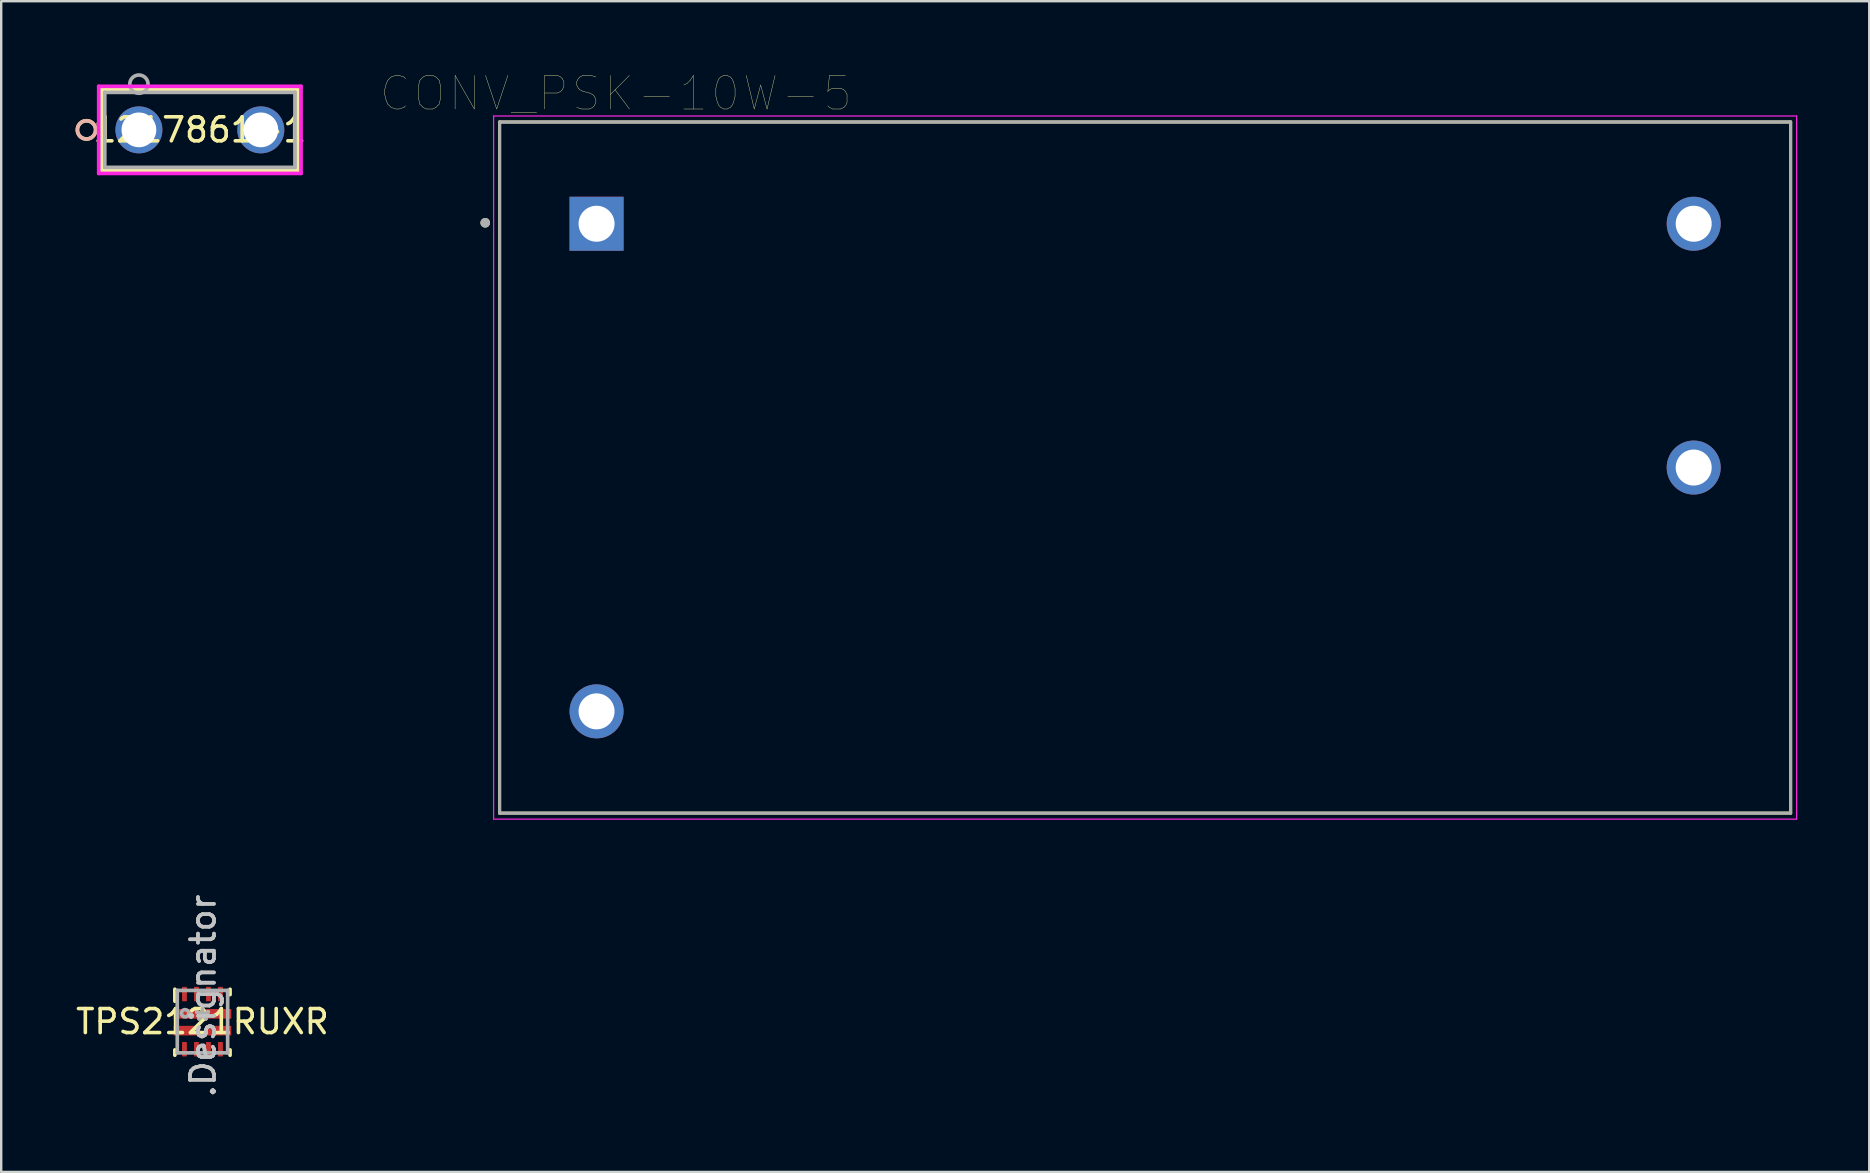
<source format=kicad_pcb>
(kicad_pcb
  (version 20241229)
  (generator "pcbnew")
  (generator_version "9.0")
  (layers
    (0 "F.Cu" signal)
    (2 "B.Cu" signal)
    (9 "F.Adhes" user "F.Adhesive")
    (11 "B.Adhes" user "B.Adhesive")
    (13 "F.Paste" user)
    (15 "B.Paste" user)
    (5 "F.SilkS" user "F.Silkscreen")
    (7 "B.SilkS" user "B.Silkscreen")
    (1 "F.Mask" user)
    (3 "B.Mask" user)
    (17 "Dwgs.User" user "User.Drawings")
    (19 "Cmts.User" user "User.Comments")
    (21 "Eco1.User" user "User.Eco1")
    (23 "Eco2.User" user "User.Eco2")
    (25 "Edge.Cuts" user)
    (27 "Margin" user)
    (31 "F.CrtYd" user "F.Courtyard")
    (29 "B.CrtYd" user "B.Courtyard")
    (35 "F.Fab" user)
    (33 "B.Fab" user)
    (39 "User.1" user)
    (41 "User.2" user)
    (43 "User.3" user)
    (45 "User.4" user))
  (footprint "1217861-1"
    (layer "F.Cu")
    (at 2.739 2.362)
    (property "Reference" "1217861-1" (at 2.54 0 0) (layer "F.SilkS") (effects (font (size 1 1) (thickness 0.15))))
    (attr through_hole)
    (fp_line (start -1.549 -1.689) (end -1.549 1.689) (stroke (width 0.152) (type solid)) (layer "F.SilkS"))
    (fp_line (start -1.549 1.689) (end 6.629 1.689) (stroke (width 0.152) (type solid)) (layer "F.SilkS"))
    (fp_line (start 6.629 -1.689) (end -1.549 -1.689) (stroke (width 0.152) (type solid)) (layer "F.SilkS"))
    (fp_line (start 6.629 1.689) (end 6.629 -1.689) (stroke (width 0.152) (type solid)) (layer "F.SilkS"))
    (fp_circle (center -2.184 0) (end -1.803 0) (stroke (width 0.152) (type solid)) (fill no) (layer "F.SilkS"))
    (fp_circle (center -2.184 0) (end -1.803 0) (stroke (width 0.152) (type solid)) (fill no) (layer "B.SilkS"))
    (fp_line (start -1.676 -1.816) (end -1.676 1.816) (stroke (width 0.152) (type solid)) (layer "F.CrtYd"))
    (fp_line (start -1.676 1.816) (end 6.756 1.816) (stroke (width 0.152) (type solid)) (layer "F.CrtYd"))
    (fp_line (start 6.756 -1.816) (end -1.676 -1.816) (stroke (width 0.152) (type solid)) (layer "F.CrtYd"))
    (fp_line (start 6.756 1.816) (end 6.756 -1.816) (stroke (width 0.152) (type solid)) (layer "F.CrtYd"))
    (fp_line (start -1.422 -1.562) (end -1.422 1.562) (stroke (width 0.152) (type solid)) (layer "F.Fab"))
    (fp_line (start -1.422 1.562) (end 6.502 1.562) (stroke (width 0.152) (type solid)) (layer "F.Fab"))
    (fp_line (start 6.502 -1.562) (end -1.422 -1.562) (stroke (width 0.152) (type solid)) (layer "F.Fab"))
    (fp_line (start 6.502 1.562) (end 6.502 -1.562) (stroke (width 0.152) (type solid)) (layer "F.Fab"))
    (fp_circle (center 0 -1.905) (end 0.381 -1.905) (stroke (width 0.152) (type solid)) (fill no) (layer "F.Fab"))
    (fp_text user "*" (at 0 0 0) (layer "F.SilkS") (effects (font (size 1 1) (thickness 0.15))))
    (fp_text user "Copyright 2016 Accelerated Designs. All rights reserved." (at 0 0 0) (layer "Cmts.User") (effects (font (size 0.127 0.127) (thickness 0.002))))
    (fp_text user "*" (at 0 0 0) (layer "F.Fab") (effects (font (size 1 1) (thickness 0.15))))
    (pad "1" thru_hole circle (at 0 0) (size 1.956 1.956) (drill 1.448) (layers "*.Cu" "*.Mask"))
    (pad "2" thru_hole circle (at 5.08 0) (size 1.956 1.956) (drill 1.448) (layers "*.Cu" "*.Mask")))
  (footprint "TPS2121RUXR"
    (layer "F.Cu")
    (at 5.387 39.524)
    (property "Reference" "TPS2121RUXR" (at 0 0 0) (layer "F.SilkS") (effects (font (size 1 1) (thickness 0.15))))
    (attr through_hole)
    (fp_line (start -1.15 -0.85) (end -1.15 -1.35) (stroke (width 0.152) (type solid)) (layer "F.SilkS"))
    (fp_line (start -1.15 1.4) (end -1.15 1.175) (stroke (width 0.152) (type solid)) (layer "F.SilkS"))
    (fp_line (start 1.15 -1.125) (end 1.15 -1.35) (stroke (width 0.152) (type solid)) (layer "F.SilkS"))
    (fp_line (start 1.15 1.4) (end 1.15 1.175) (stroke (width 0.152) (type solid)) (layer "F.SilkS"))
    (fp_line (start -1.05 -1.3) (end 1.05 -1.3) (stroke (width 0.152) (type solid)) (layer "F.Fab"))
    (fp_line (start -1.05 1.3) (end -1.05 -1.3) (stroke (width 0.152) (type solid)) (layer "F.Fab"))
    (fp_line (start -1.05 1.3) (end 1.05 1.3) (stroke (width 0.152) (type solid)) (layer "F.Fab"))
    (fp_line (start 1.05 1.3) (end 1.05 -1.3) (stroke (width 0.152) (type solid)) (layer "F.Fab"))
    (fp_circle (center -0.725 -0.35) (end -0.573 -0.35) (stroke (width 0.152) (type solid)) (fill no) (layer "F.Fab"))
    (fp_text user "*" (at 0 0 0) (layer "F.SilkS") (effects (font (size 1 1) (thickness 0.15))))
    (fp_text user ".Designator" (at 0.025 -1.075 270) (layer "Dwgs.User") (effects (font (size 1 1) (thickness 0.15))))
    (fp_text user "Copyright 2016 Accelerated Designs. All rights reserved." (at 0 0 0) (layer "Cmts.User") (effects (font (size 0.127 0.127) (thickness 0.002))))
    (fp_text user ".Designator" (at 0.025 -1.075 270) (layer "F.Fab") (effects (font (size 1 1) (thickness 0.15))))
    (fp_text user "*" (at 0 0 0) (layer "F.Fab") (effects (font (size 1 1) (thickness 0.15))))
    (pad "1" smd rect (at -0.675 -0.325) (size 1.05 0.4) (layers "F.Cu" "F.Mask" "F.Paste"))
    (pad "2" smd rect (at -0.675 0.375) (size 1.05 0.4) (layers "F.Cu" "F.Mask" "F.Paste"))
    (pad "3" smd rect (at -0.75 1.15 90) (size 0.6 0.2) (layers "F.Cu" "F.Mask" "F.Paste"))
    (pad "4" smd rect (at -0.25 1.15 90) (size 0.6 0.2) (layers "F.Cu" "F.Mask" "F.Paste"))
    (pad "5" smd rect (at 0.25 1.15 90) (size 0.6 0.2) (layers "F.Cu" "F.Mask" "F.Paste"))
    (pad "6" smd rect (at 0.75 1.15 90) (size 0.6 0.2) (layers "F.Cu" "F.Mask" "F.Paste"))
    (pad "7" smd rect (at 0.675 0.375) (size 1.05 0.4) (layers "F.Cu" "F.Mask" "F.Paste"))
    (pad "8" smd rect (at 0.675 -0.325) (size 1.05 0.4) (layers "F.Cu" "F.Mask" "F.Paste"))
    (pad "9" smd rect (at 0.75 -1.15 90) (size 0.6 0.2) (layers "F.Cu" "F.Mask" "F.Paste"))
    (pad "10" smd rect (at 0.25 -1.15 90) (size 0.6 0.2) (layers "F.Cu" "F.Mask" "F.Paste"))
    (pad "11" smd rect (at -0.25 -1.15 90) (size 0.6 0.2) (layers "F.Cu" "F.Mask" "F.Paste"))
    (pad "12" smd rect (at -0.75 -1.15 90) (size 0.6 0.2) (layers "F.Cu" "F.Mask" "F.Paste")))
  (footprint "CONV_PSK-10W-5"
    (layer "F.Cu")
    (at 44.67 16.434)
    (property "Reference" "CONV_PSK-10W-5" (at -22.055 -15.589 0) (layer "F.SilkS") (effects (font (size 1.4 1.4) (thickness 0.015))))
    (attr through_hole)
    (fp_line (start -26.9 -14.4) (end 26.9 -14.4) (stroke (width 0.127) (type solid)) (layer "F.SilkS"))
    (fp_line (start -26.9 14.4) (end -26.9 -14.4) (stroke (width 0.127) (type solid)) (layer "F.SilkS"))
    (fp_line (start 26.9 -14.4) (end 26.9 14.4) (stroke (width 0.127) (type solid)) (layer "F.SilkS"))
    (fp_line (start 26.9 14.4) (end -26.9 14.4) (stroke (width 0.127) (type solid)) (layer "F.SilkS"))
    (fp_circle (center -27.5 -10.2) (end -27.4 -10.2) (stroke (width 0.2) (type solid)) (fill no) (layer "F.SilkS"))
    (fp_line (start -27.15 -14.65) (end 27.15 -14.65) (stroke (width 0.05) (type solid)) (layer "F.CrtYd"))
    (fp_line (start -27.15 14.65) (end -27.15 -14.65) (stroke (width 0.05) (type solid)) (layer "F.CrtYd"))
    (fp_line (start 27.15 -14.65) (end 27.15 14.65) (stroke (width 0.05) (type solid)) (layer "F.CrtYd"))
    (fp_line (start 27.15 14.65) (end -27.15 14.65) (stroke (width 0.05) (type solid)) (layer "F.CrtYd"))
    (fp_line (start -26.9 -14.4) (end 26.9 -14.4) (stroke (width 0.127) (type solid)) (layer "F.Fab"))
    (fp_line (start -26.9 14.4) (end -26.9 -14.4) (stroke (width 0.127) (type solid)) (layer "F.Fab"))
    (fp_line (start 26.9 -14.4) (end 26.9 14.4) (stroke (width 0.127) (type solid)) (layer "F.Fab"))
    (fp_line (start 26.9 14.4) (end -26.9 14.4) (stroke (width 0.127) (type solid)) (layer "F.Fab"))
    (fp_circle (center -27.5 -10.2) (end -27.4 -10.2) (stroke (width 0.2) (type solid)) (fill no) (layer "F.Fab"))
    (pad "1" thru_hole rect (at -22.86 -10.16) (size 2.25 2.25) (drill 1.5) (layers "*.Cu" "*.Mask"))
    (pad "2" thru_hole circle (at -22.86 10.16) (size 2.25 2.25) (drill 1.5) (layers "*.Cu" "*.Mask"))
    (pad "3" thru_hole circle (at 22.86 0) (size 2.25 2.25) (drill 1.5) (layers "*.Cu" "*.Mask"))
    (pad "4" thru_hole circle (at 22.86 -10.16) (size 2.25 2.25) (drill 1.5) (layers "*.Cu" "*.Mask")))
  (gr_rect
    (start -3 -3)
    (end 74.845 45.788)
    (stroke (width 0.1) (type default))
    (fill no)
    (layer "Edge.Cuts")))
</source>
